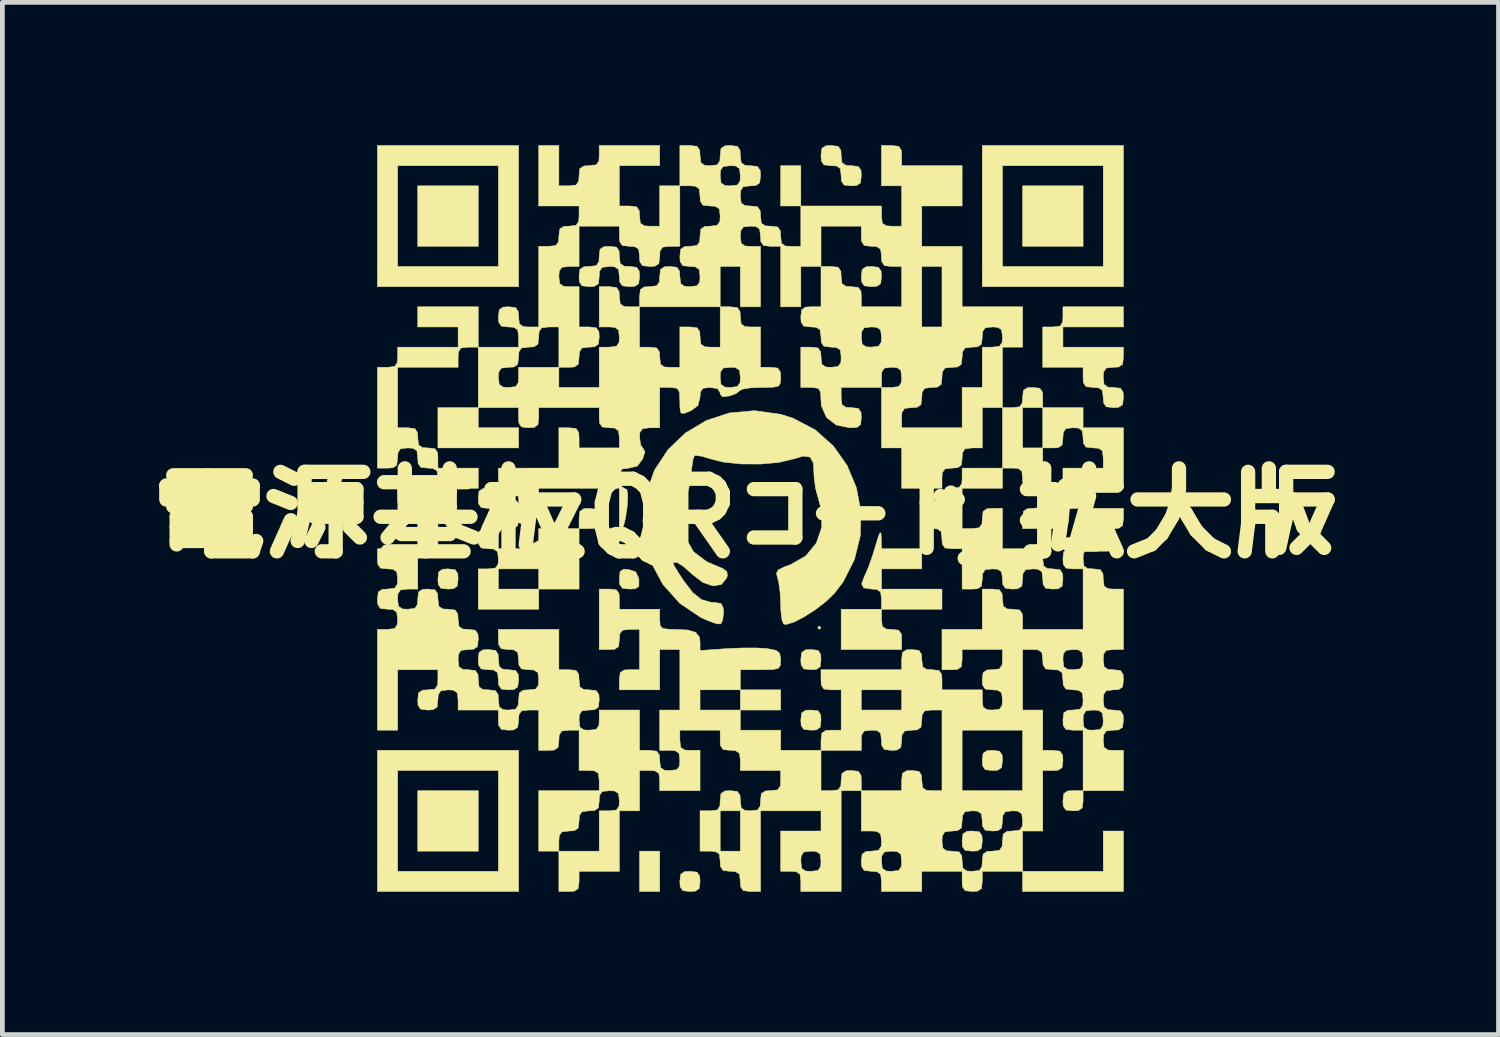
<source format=kicad_pcb>
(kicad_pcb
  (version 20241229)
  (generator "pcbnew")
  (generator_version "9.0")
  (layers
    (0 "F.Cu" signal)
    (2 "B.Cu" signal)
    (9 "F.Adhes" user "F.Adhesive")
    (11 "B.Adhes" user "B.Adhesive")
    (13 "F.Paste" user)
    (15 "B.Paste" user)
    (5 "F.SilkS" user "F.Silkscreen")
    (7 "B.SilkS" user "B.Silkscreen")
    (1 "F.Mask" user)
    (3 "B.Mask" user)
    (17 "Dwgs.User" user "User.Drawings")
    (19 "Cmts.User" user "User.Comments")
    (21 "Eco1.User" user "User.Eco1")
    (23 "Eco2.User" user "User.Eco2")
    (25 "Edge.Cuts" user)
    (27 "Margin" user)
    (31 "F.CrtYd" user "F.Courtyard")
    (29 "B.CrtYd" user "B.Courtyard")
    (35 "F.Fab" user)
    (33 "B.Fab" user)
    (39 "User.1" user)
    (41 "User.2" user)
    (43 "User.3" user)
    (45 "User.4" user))
  (footprint "電源基板QRコード_拡大版"
    (layer "F.Cu")
    (at 12.707 7.837)
    (property "Reference" "電源基板QRコード_拡大版" (at 0 0 0) (layer "F.SilkS") (effects (font (size 1.524 1.524) (thickness 0.3))))
    (attr through_hole)
    (fp_poly (pts (xy -5.715 -5.715) (xy -6.985 -5.715) (xy -6.985 -6.985) (xy -5.715 -6.985) (xy -5.715 -5.715)) (stroke (width 0.01) (type solid)) (fill yes) (layer "F.SilkS"))
    (fp_poly (pts (xy -5.715 6.985) (xy -6.985 6.985) (xy -6.985 5.715) (xy -5.715 5.715) (xy -5.715 6.985)) (stroke (width 0.01) (type solid)) (fill yes) (layer "F.SilkS"))
    (fp_poly (pts (xy -1.905 7.832) (xy -2.328 7.832) (xy -2.328 6.985) (xy -1.905 6.985) (xy -1.905 7.832)) (stroke (width 0.01) (type solid)) (fill yes) (layer "F.SilkS"))
    (fp_poly (pts (xy 0.635 4.022) (xy -0.212 4.022) (xy -0.212 3.598) (xy 0.635 3.598) (xy 0.635 4.022)) (stroke (width 0.01) (type solid)) (fill yes) (layer "F.SilkS"))
    (fp_poly (pts (xy 1.058 -6.562) (xy 0.635 -6.562) (xy 0.635 -7.408) (xy 1.058 -7.408) (xy 1.058 -6.562)) (stroke (width 0.01) (type solid)) (fill yes) (layer "F.SilkS"))
    (fp_poly (pts (xy 1.482 2.293) (xy 1.446 2.328) (xy 1.411 2.293) (xy 1.446 2.258) (xy 1.482 2.293)) (stroke (width 0.01) (type solid)) (fill yes) (layer "F.SilkS"))
    (fp_poly (pts (xy 6.985 -5.715) (xy 5.715 -5.715) (xy 5.715 -6.985) (xy 6.985 -6.985) (xy 6.985 -5.715)) (stroke (width 0.01) (type solid)) (fill yes) (layer "F.SilkS"))
    (fp_poly (pts (xy -5.715 -1.905) (xy -4.868 -1.905) (xy -4.868 -1.482) (xy -6.562 -1.482) (xy -6.562 -2.328) (xy -5.715 -2.328) (xy -5.715 -1.905)) (stroke (width 0.01) (type solid)) (fill yes) (layer "F.SilkS"))
    (fp_poly (pts (xy 7.832 7.832) (xy 5.715 7.832) (xy 5.715 7.408) (xy 7.408 7.408) (xy 7.408 6.562) (xy 7.832 6.562) (xy 7.832 7.832)) (stroke (width 0.01) (type solid)) (fill yes) (layer "F.SilkS"))
    (fp_poly (pts (xy -6.562 0.635) (xy -6.985 0.635) (xy -6.985 -0.212) (xy -7.197 -0.212) (xy -7.347 -0.229) (xy -7.402 -0.312) (xy -7.408 -0.423) (xy -7.408 -0.635) (xy -6.562 -0.635) (xy -6.562 0.635)) (stroke (width 0.01) (type solid)) (fill yes) (layer "F.SilkS"))
    (fp_poly (pts (xy -4.868 -4.868) (xy -7.832 -4.868) (xy -7.832 -7.408) (xy -7.408 -7.408) (xy -7.408 -5.292) (xy -5.292 -5.292) (xy -5.292 -7.408) (xy -7.408 -7.408) (xy -7.832 -7.408) (xy -7.832 -7.832) (xy -4.868 -7.832) (xy -4.868 -4.868)) (stroke (width 0.01) (type solid)) (fill yes) (layer "F.SilkS"))
    (fp_poly (pts (xy -4.868 7.832) (xy -7.832 7.832) (xy -7.832 5.292) (xy -7.408 5.292) (xy -7.408 7.408) (xy -5.292 7.408) (xy -5.292 5.292) (xy -7.408 5.292) (xy -7.832 5.292) (xy -7.832 4.868) (xy -4.868 4.868) (xy -4.868 7.832)) (stroke (width 0.01) (type solid)) (fill yes) (layer "F.SilkS"))
    (fp_poly (pts (xy -3.237 -0.194) (xy -3.181 -0.112) (xy -3.175 0) (xy -3.192 0.15) (xy -3.275 0.205) (xy -3.387 0.212) (xy -3.598 0.212) (xy -3.598 0) (xy -3.581 -0.15) (xy -3.498 -0.205) (xy -3.387 -0.212) (xy -3.237 -0.194)) (stroke (width 0.01) (type solid)) (fill yes) (layer "F.SilkS"))
    (fp_poly (pts (xy 2.752 2.117) (xy 2.769 2.267) (xy 2.852 2.322) (xy 2.963 2.328) (xy 3.113 2.346) (xy 3.169 2.428) (xy 3.175 2.54) (xy 3.175 2.752) (xy 1.905 2.752) (xy 1.905 1.905) (xy 2.752 1.905) (xy 2.752 2.117)) (stroke (width 0.01) (type solid)) (fill yes) (layer "F.SilkS"))
    (fp_poly (pts (xy 6.985 5.927) (xy 6.968 6.077) (xy 6.885 6.132) (xy 6.773 6.138) (xy 6.623 6.121) (xy 6.568 6.038) (xy 6.562 5.927) (xy 6.579 5.777) (xy 6.662 5.721) (xy 6.773 5.715) (xy 6.985 5.715) (xy 6.985 5.927)) (stroke (width 0.01) (type solid)) (fill yes) (layer "F.SilkS"))
    (fp_poly (pts (xy 7.832 -4.868) (xy 4.868 -4.868) (xy 4.868 -7.408) (xy 5.292 -7.408) (xy 5.292 -5.292) (xy 7.408 -5.292) (xy 7.408 -7.408) (xy 5.292 -7.408) (xy 4.868 -7.408) (xy 4.868 -7.832) (xy 7.832 -7.832) (xy 7.832 -4.868)) (stroke (width 0.01) (type solid)) (fill yes) (layer "F.SilkS"))
    (fp_poly (pts (xy -6.2 1.076) (xy -6.145 1.158) (xy -6.138 1.27) (xy -6.156 1.42) (xy -6.238 1.475) (xy -6.35 1.482) (xy -6.5 1.464) (xy -6.555 1.382) (xy -6.562 1.27) (xy -6.544 1.12) (xy -6.462 1.065) (xy -6.35 1.058) (xy -6.2 1.076)) (stroke (width 0.01) (type solid)) (fill yes) (layer "F.SilkS"))
    (fp_poly (pts (xy -2.558 1.071) (xy -2.407 1.122) (xy -2.346 1.255) (xy -2.341 1.288) (xy -2.342 1.423) (xy -2.414 1.475) (xy -2.535 1.482) (xy -2.687 1.465) (xy -2.744 1.386) (xy -2.752 1.265) (xy -2.737 1.116) (xy -2.667 1.066) (xy -2.558 1.071)) (stroke (width 0.01) (type solid)) (fill yes) (layer "F.SilkS"))
    (fp_poly (pts (xy -1.12 7.426) (xy -1.065 7.508) (xy -1.058 7.62) (xy -1.076 7.77) (xy -1.158 7.825) (xy -1.27 7.832) (xy -1.42 7.814) (xy -1.475 7.732) (xy -1.482 7.62) (xy -1.464 7.47) (xy -1.382 7.415) (xy -1.27 7.408) (xy -1.12 7.426)) (stroke (width 0.01) (type solid)) (fill yes) (layer "F.SilkS"))
    (fp_poly (pts (xy 1.42 2.769) (xy 1.475 2.852) (xy 1.482 2.963) (xy 1.464 3.113) (xy 1.382 3.169) (xy 1.27 3.175) (xy 1.12 3.158) (xy 1.065 3.075) (xy 1.058 2.963) (xy 1.076 2.813) (xy 1.158 2.758) (xy 1.27 2.752) (xy 1.42 2.769)) (stroke (width 0.01) (type solid)) (fill yes) (layer "F.SilkS"))
    (fp_poly (pts (xy 1.42 4.039) (xy 1.475 4.122) (xy 1.482 4.233) (xy 1.464 4.383) (xy 1.382 4.439) (xy 1.27 4.445) (xy 1.12 4.428) (xy 1.065 4.345) (xy 1.058 4.233) (xy 1.076 4.083) (xy 1.158 4.028) (xy 1.27 4.022) (xy 1.42 4.039)) (stroke (width 0.01) (type solid)) (fill yes) (layer "F.SilkS"))
    (fp_poly (pts (xy 2.69 -5.274) (xy 2.745 -5.192) (xy 2.752 -5.08) (xy 2.734 -4.93) (xy 2.652 -4.875) (xy 2.54 -4.868) (xy 2.39 -4.886) (xy 2.335 -4.968) (xy 2.328 -5.08) (xy 2.346 -5.23) (xy 2.428 -5.285) (xy 2.54 -5.292) (xy 2.69 -5.274)) (stroke (width 0.01) (type solid)) (fill yes) (layer "F.SilkS"))
    (fp_poly (pts (xy 4.807 6.579) (xy 4.862 6.662) (xy 4.868 6.773) (xy 4.851 6.923) (xy 4.768 6.979) (xy 4.657 6.985) (xy 4.507 6.968) (xy 4.451 6.885) (xy 4.445 6.773) (xy 4.462 6.623) (xy 4.545 6.568) (xy 4.657 6.562) (xy 4.807 6.579)) (stroke (width 0.01) (type solid)) (fill yes) (layer "F.SilkS"))
    (fp_poly (pts (xy 5.23 4.886) (xy 5.285 4.968) (xy 5.292 5.08) (xy 5.274 5.23) (xy 5.192 5.285) (xy 5.08 5.292) (xy 4.93 5.274) (xy 4.875 5.192) (xy 4.868 5.08) (xy 4.886 4.93) (xy 4.968 4.875) (xy 5.08 4.868) (xy 5.23 4.886)) (stroke (width 0.01) (type solid)) (fill yes) (layer "F.SilkS"))
    (fp_poly (pts (xy 2.742 0.319) (xy 2.747 0.406) (xy 2.752 0.635) (xy 3.598 0.635) (xy 3.598 1.058) (xy 2.752 1.058) (xy 2.752 1.482) (xy 4.022 1.482) (xy 4.022 1.905) (xy 2.752 1.905) (xy 2.752 1.693) (xy 2.734 1.543) (xy 2.652 1.488) (xy 2.54 1.482) (xy 2.381 1.458) (xy 2.335 1.374) (xy 2.395 1.21) (xy 2.412 1.177) (xy 2.477 1.027) (xy 2.558 0.797) (xy 2.619 0.6) (xy 2.685 0.384) (xy 2.723 0.294) (xy 2.742 0.319)) (stroke (width 0.01) (type solid)) (fill yes) (layer "F.SilkS"))
    (fp_poly (pts (xy -5.353 2.769) (xy -5.298 2.852) (xy -5.292 2.963) (xy -5.274 3.113) (xy -5.192 3.169) (xy -5.08 3.175) (xy -4.93 3.192) (xy -4.875 3.275) (xy -4.868 3.387) (xy -4.886 3.537) (xy -4.968 3.592) (xy -5.08 3.598) (xy -5.23 3.581) (xy -5.285 3.498) (xy -5.292 3.387) (xy -5.309 3.237) (xy -5.392 3.181) (xy -5.503 3.175) (xy -5.653 3.158) (xy -5.709 3.075) (xy -5.715 2.963) (xy -5.698 2.813) (xy -5.615 2.758) (xy -5.503 2.752) (xy -5.353 2.769)) (stroke (width 0.01) (type solid)) (fill yes) (layer "F.SilkS"))
    (fp_poly (pts (xy 1.843 -7.814) (xy 1.899 -7.732) (xy 1.905 -7.62) (xy 1.922 -7.47) (xy 2.005 -7.415) (xy 2.117 -7.408) (xy 2.267 -7.391) (xy 2.322 -7.308) (xy 2.328 -7.197) (xy 2.311 -7.047) (xy 2.228 -6.991) (xy 2.117 -6.985) (xy 1.967 -7.002) (xy 1.911 -7.085) (xy 1.905 -7.197) (xy 1.888 -7.347) (xy 1.805 -7.402) (xy 1.693 -7.408) (xy 1.543 -7.426) (xy 1.488 -7.508) (xy 1.482 -7.62) (xy 1.499 -7.77) (xy 1.582 -7.825) (xy 1.693 -7.832) (xy 1.843 -7.814)) (stroke (width 0.01) (type solid)) (fill yes) (layer "F.SilkS"))
    (fp_poly (pts (xy -2.813 -5.698) (xy -2.758 -5.615) (xy -2.752 -5.503) (xy -2.734 -5.353) (xy -2.652 -5.298) (xy -2.54 -5.292) (xy -2.39 -5.274) (xy -2.335 -5.192) (xy -2.328 -5.08) (xy -2.346 -4.93) (xy -2.428 -4.875) (xy -2.54 -4.868) (xy -2.69 -4.886) (xy -2.745 -4.968) (xy -2.752 -5.08) (xy -2.769 -5.23) (xy -2.852 -5.285) (xy -2.963 -5.292) (xy -3.113 -5.274) (xy -3.169 -5.192) (xy -3.175 -5.08) (xy -3.192 -4.93) (xy -3.275 -4.875) (xy -3.387 -4.868) (xy -3.537 -4.886) (xy -3.592 -4.968) (xy -3.598 -5.08) (xy -3.581 -5.23) (xy -3.498 -5.285) (xy -3.387 -5.292) (xy -3.237 -5.309) (xy -3.181 -5.392) (xy -3.175 -5.503) (xy -3.158 -5.653) (xy -3.075 -5.709) (xy -2.963 -5.715) (xy -2.813 -5.698)) (stroke (width 0.01) (type solid)) (fill yes) (layer "F.SilkS"))
    (fp_poly (pts (xy 7.832 -4.022) (xy 6.562 -4.022) (xy 6.562 -3.598) (xy 7.832 -3.598) (xy 7.832 -3.387) (xy 7.814 -3.237) (xy 7.732 -3.181) (xy 7.62 -3.175) (xy 7.47 -3.158) (xy 7.415 -3.075) (xy 7.408 -2.963) (xy 7.426 -2.813) (xy 7.508 -2.758) (xy 7.62 -2.752) (xy 7.77 -2.734) (xy 7.825 -2.652) (xy 7.832 -2.54) (xy 7.814 -2.39) (xy 7.732 -2.335) (xy 7.62 -2.328) (xy 7.47 -2.346) (xy 7.415 -2.428) (xy 7.408 -2.54) (xy 7.391 -2.69) (xy 7.308 -2.745) (xy 7.197 -2.752) (xy 7.047 -2.769) (xy 6.991 -2.852) (xy 6.985 -2.963) (xy 6.985 -3.175) (xy 6.138 -3.175) (xy 6.138 -4.022) (xy 6.35 -4.022) (xy 6.5 -4.039) (xy 6.555 -4.122) (xy 6.562 -4.233) (xy 6.562 -4.445) (xy 7.832 -4.445) (xy 7.832 -4.022)) (stroke (width 0.01) (type solid)) (fill yes) (layer "F.SilkS"))
    (fp_poly (pts (xy -5.715 -3.598) (xy -5.927 -3.598) (xy -6.077 -3.581) (xy -6.132 -3.498) (xy -6.138 -3.387) (xy -6.138 -3.175) (xy -7.408 -3.175) (xy -7.408 -1.905) (xy -7.197 -1.905) (xy -7.047 -1.888) (xy -6.991 -1.805) (xy -6.985 -1.693) (xy -6.968 -1.543) (xy -6.885 -1.488) (xy -6.773 -1.482) (xy -6.623 -1.464) (xy -6.568 -1.382) (xy -6.562 -1.27) (xy -6.562 -1.058) (xy -5.715 -1.058) (xy -5.715 -0.635) (xy -6.562 -0.635) (xy -6.562 -0.847) (xy -6.579 -0.997) (xy -6.662 -1.052) (xy -6.773 -1.058) (xy -6.923 -1.076) (xy -6.979 -1.158) (xy -6.985 -1.27) (xy -7.002 -1.42) (xy -7.085 -1.475) (xy -7.197 -1.482) (xy -7.347 -1.464) (xy -7.402 -1.382) (xy -7.408 -1.27) (xy -7.426 -1.12) (xy -7.508 -1.065) (xy -7.62 -1.058) (xy -7.832 -1.058) (xy -7.832 -3.175) (xy -7.62 -3.175) (xy -7.47 -3.192) (xy -7.415 -3.275) (xy -7.408 -3.387) (xy -7.408 -3.598) (xy -6.138 -3.598) (xy -6.138 -4.022) (xy -6.985 -4.022) (xy -6.985 -4.445) (xy -5.715 -4.445) (xy -5.715 -3.598)) (stroke (width 0.01) (type solid)) (fill yes) (layer "F.SilkS"))
    (fp_poly (pts (xy -5.353 -0.618) (xy -5.298 -0.535) (xy -5.292 -0.423) (xy -5.274 -0.273) (xy -5.192 -0.218) (xy -5.08 -0.212) (xy -4.93 -0.194) (xy -4.875 -0.112) (xy -4.868 0) (xy -4.886 0.15) (xy -4.968 0.205) (xy -5.08 0.212) (xy -5.23 0.229) (xy -5.285 0.312) (xy -5.292 0.423) (xy -5.292 0.635) (xy -4.445 0.635) (xy -4.445 0.212) (xy -3.598 0.212) (xy -3.598 1.482) (xy -4.445 1.482) (xy -4.445 1.905) (xy -5.715 1.905) (xy -5.715 1.058) (xy -5.503 1.058) (xy -5.292 1.058) (xy -5.292 1.482) (xy -4.445 1.482) (xy -4.445 1.058) (xy -5.292 1.058) (xy -5.503 1.058) (xy -5.353 1.041) (xy -5.298 0.958) (xy -5.292 0.847) (xy -5.309 0.697) (xy -5.392 0.641) (xy -5.503 0.635) (xy -5.653 0.618) (xy -5.709 0.535) (xy -5.715 0.423) (xy -5.698 0.273) (xy -5.615 0.218) (xy -5.503 0.212) (xy -5.353 0.194) (xy -5.298 0.112) (xy -5.292 0) (xy -5.309 -0.15) (xy -5.392 -0.205) (xy -5.503 -0.212) (xy -5.653 -0.229) (xy -5.709 -0.312) (xy -5.715 -0.423) (xy -5.698 -0.573) (xy -5.615 -0.629) (xy -5.503 -0.635) (xy -5.353 -0.618)) (stroke (width 0.01) (type solid)) (fill yes) (layer "F.SilkS"))
    (fp_poly (pts (xy 6.985 -2.328) (xy 6.985 -1.905) (xy 7.832 -1.905) (xy 7.832 -0.635) (xy 6.985 -0.635) (xy 6.985 -0.212) (xy 6.773 -0.212) (xy 6.623 -0.194) (xy 6.568 -0.112) (xy 6.562 0) (xy 6.562 0.212) (xy 5.715 0.212) (xy 5.715 0) (xy 5.732 -0.15) (xy 5.815 -0.205) (xy 5.927 -0.212) (xy 6.077 -0.229) (xy 6.132 -0.312) (xy 6.138 -0.423) (xy 6.156 -0.573) (xy 6.238 -0.629) (xy 6.35 -0.635) (xy 6.5 -0.652) (xy 6.555 -0.735) (xy 6.562 -0.847) (xy 6.562 -1.058) (xy 7.408 -1.058) (xy 7.408 -1.27) (xy 7.391 -1.42) (xy 7.308 -1.475) (xy 7.197 -1.482) (xy 7.047 -1.499) (xy 6.991 -1.582) (xy 6.985 -1.693) (xy 6.968 -1.843) (xy 6.885 -1.899) (xy 6.773 -1.905) (xy 6.623 -1.888) (xy 6.568 -1.805) (xy 6.562 -1.693) (xy 6.544 -1.543) (xy 6.462 -1.488) (xy 6.35 -1.482) (xy 6.138 -1.482) (xy 6.138 -0.635) (xy 5.927 -0.635) (xy 5.777 -0.652) (xy 5.721 -0.735) (xy 5.715 -0.847) (xy 5.698 -0.997) (xy 5.615 -1.052) (xy 5.503 -1.058) (xy 5.292 -1.058) (xy 5.292 -2.328) (xy 5.503 -2.328) (xy 5.715 -2.328) (xy 5.715 -1.482) (xy 6.138 -1.482) (xy 6.138 -2.328) (xy 5.715 -2.328) (xy 5.503 -2.328) (xy 5.653 -2.346) (xy 5.709 -2.428) (xy 5.715 -2.54) (xy 5.732 -2.69) (xy 5.815 -2.745) (xy 5.927 -2.752) (xy 6.077 -2.734) (xy 6.132 -2.652) (xy 6.138 -2.54) (xy 6.138 -2.328) (xy 6.985 -2.328)) (stroke (width 0.01) (type solid)) (fill yes) (layer "F.SilkS"))
    (fp_poly (pts (xy 5.292 -0.635) (xy 4.445 -0.635) (xy 4.445 0.212) (xy 4.657 0.212) (xy 4.807 0.194) (xy 4.862 0.112) (xy 4.868 0) (xy 4.886 -0.15) (xy 4.968 -0.205) (xy 5.08 -0.212) (xy 5.292 -0.212) (xy 5.292 0.635) (xy 6.138 0.635) (xy 6.138 0.847) (xy 6.156 0.997) (xy 6.238 1.052) (xy 6.35 1.058) (xy 6.5 1.076) (xy 6.555 1.158) (xy 6.562 1.27) (xy 6.544 1.42) (xy 6.462 1.475) (xy 6.35 1.482) (xy 6.2 1.464) (xy 6.145 1.382) (xy 6.138 1.27) (xy 6.121 1.12) (xy 6.038 1.065) (xy 5.927 1.058) (xy 5.777 1.076) (xy 5.721 1.158) (xy 5.715 1.27) (xy 5.698 1.42) (xy 5.615 1.475) (xy 5.503 1.482) (xy 5.353 1.464) (xy 5.298 1.382) (xy 5.292 1.27) (xy 5.274 1.12) (xy 5.192 1.065) (xy 5.08 1.058) (xy 4.93 1.076) (xy 4.875 1.158) (xy 4.868 1.27) (xy 4.851 1.42) (xy 4.768 1.475) (xy 4.657 1.482) (xy 4.445 1.482) (xy 4.445 0.635) (xy 4.233 0.635) (xy 4.083 0.618) (xy 4.028 0.535) (xy 4.022 0.423) (xy 4.004 0.273) (xy 3.922 0.218) (xy 3.81 0.212) (xy 3.66 0.194) (xy 3.605 0.112) (xy 3.598 0) (xy 3.616 -0.15) (xy 3.698 -0.205) (xy 3.81 -0.212) (xy 3.96 -0.229) (xy 4.015 -0.312) (xy 4.022 -0.423) (xy 4.039 -0.573) (xy 4.122 -0.629) (xy 4.233 -0.635) (xy 4.383 -0.652) (xy 4.439 -0.735) (xy 4.445 -0.847) (xy 4.445 -1.058) (xy 5.292 -1.058) (xy 5.292 -0.635)) (stroke (width 0.01) (type solid)) (fill yes) (layer "F.SilkS"))
    (fp_poly (pts (xy 0.632 -2.189) (xy 0.895 -2.106) (xy 1.361 -1.861) (xy 1.742 -1.522) (xy 2.032 -1.11) (xy 2.226 -0.644) (xy 2.319 -0.146) (xy 2.307 0.363) (xy 2.184 0.863) (xy 1.946 1.333) (xy 1.761 1.574) (xy 1.58 1.748) (xy 1.355 1.92) (xy 1.12 2.07) (xy 0.907 2.178) (xy 0.748 2.225) (xy 0.696 2.216) (xy 0.662 2.13) (xy 0.64 1.95) (xy 0.635 1.8) (xy 0.623 1.549) (xy 0.593 1.334) (xy 0.572 1.253) (xy 0.546 1.151) (xy 0.585 1.08) (xy 0.716 1.014) (xy 0.846 0.967) (xy 1.162 0.786) (xy 1.382 0.519) (xy 1.496 0.189) (xy 1.492 -0.177) (xy 1.434 -0.388) (xy 1.367 -0.634) (xy 1.335 -0.879) (xy 1.335 -0.917) (xy 1.321 -1.165) (xy 1.253 -1.29) (xy 1.111 -1.31) (xy 0.906 -1.251) (xy 0.599 -1.178) (xy 0.213 -1.143) (xy -0.197 -1.145) (xy -0.575 -1.185) (xy -0.831 -1.25) (xy -1.02 -1.307) (xy -1.151 -1.324) (xy -1.178 -1.315) (xy -1.21 -1.222) (xy -1.235 -1.042) (xy -1.242 -0.958) (xy -1.272 -0.725) (xy -1.326 -0.527) (xy -1.344 -0.487) (xy -1.393 -0.322) (xy -1.42 -0.089) (xy -1.421 0.02) (xy -1.361 0.404) (xy -1.196 0.697) (xy -0.92 0.906) (xy -0.782 0.967) (xy -0.584 1.048) (xy -0.494 1.115) (xy -0.484 1.197) (xy -0.501 1.252) (xy -0.612 1.387) (xy -0.786 1.416) (xy -1 1.342) (xy -1.226 1.168) (xy -1.23 1.164) (xy -1.41 1.004) (xy -1.546 0.92) (xy -1.617 0.925) (xy -1.623 0.949) (xy -1.587 1.02) (xy -1.493 1.17) (xy -1.406 1.302) (xy -1.21 1.557) (xy -1.029 1.702) (xy -0.83 1.76) (xy -0.745 1.764) (xy -0.615 1.786) (xy -0.569 1.883) (xy -0.564 1.971) (xy -0.583 2.132) (xy -0.625 2.216) (xy -0.716 2.208) (xy -0.889 2.146) (xy -1.048 2.074) (xy -1.484 1.78) (xy -1.836 1.387) (xy -2.089 0.917) (xy -2.231 0.391) (xy -2.258 0.035) (xy -2.194 -0.519) (xy -2.013 -1.017) (xy -1.73 -1.446) (xy -1.363 -1.797) (xy -0.927 -2.057) (xy -0.439 -2.217) (xy 0.086 -2.264) (xy 0.632 -2.189)) (stroke (width 0.01) (type solid)) (fill yes) (layer "F.SilkS"))
    (fp_poly (pts (xy -0.423 -4.445) (xy -0.273 -4.428) (xy -0.218 -4.345) (xy -0.212 -4.233) (xy -0.194 -4.083) (xy -0.112 -4.028) (xy 0 -4.022) (xy 0.212 -4.022) (xy 0.212 -3.175) (xy 0.423 -3.175) (xy 0.573 -3.158) (xy 0.629 -3.075) (xy 0.635 -2.963) (xy 0.629 -2.846) (xy 0.59 -2.782) (xy 0.483 -2.757) (xy 0.276 -2.752) (xy 0.218 -2.752) (xy -0.009 -2.742) (xy -0.17 -2.715) (xy -0.223 -2.686) (xy -0.302 -2.623) (xy -0.441 -2.573) (xy -0.584 -2.555) (xy -0.633 -2.611) (xy -0.635 -2.638) (xy -0.688 -2.726) (xy -0.847 -2.752) (xy -0.997 -2.734) (xy -1.052 -2.652) (xy -1.058 -2.551) (xy -1.103 -2.371) (xy -1.238 -2.269) (xy -1.389 -2.206) (xy -1.46 -2.216) (xy -1.48 -2.325) (xy -1.482 -2.469) (xy -1.49 -2.65) (xy -1.535 -2.731) (xy -1.648 -2.751) (xy -1.693 -2.752) (xy -1.905 -2.752) (xy -1.905 -1.905) (xy -2.117 -1.905) (xy -2.267 -1.887) (xy -2.322 -1.805) (xy -2.328 -1.699) (xy -2.305 -1.544) (xy -2.252 -1.468) (xy -2.215 -1.399) (xy -2.263 -1.25) (xy -2.375 -1.101) (xy -2.549 -1.058) (xy -2.551 -1.058) (xy -2.694 -1.039) (xy -2.746 -0.953) (xy -2.752 -0.847) (xy -2.721 -0.681) (xy -2.651 -0.635) (xy -2.595 -0.607) (xy -2.575 -0.503) (xy -2.585 -0.295) (xy -2.591 -0.229) (xy -2.623 -0.007) (xy -2.662 0.15) (xy -2.692 0.2) (xy -2.735 0.279) (xy -2.752 0.429) (xy -2.77 0.575) (xy -2.854 0.629) (xy -2.963 0.635) (xy -3.113 0.618) (xy -3.169 0.535) (xy -3.175 0.423) (xy -3.158 0.273) (xy -3.075 0.218) (xy -2.963 0.212) (xy -2.752 0.212) (xy -2.752 -0.635) (xy -4.445 -0.635) (xy -4.445 -0.423) (xy -4.462 -0.273) (xy -4.545 -0.218) (xy -4.657 -0.212) (xy -4.807 -0.229) (xy -4.862 -0.312) (xy -4.868 -0.423) (xy -4.886 -0.573) (xy -4.968 -0.629) (xy -5.08 -0.635) (xy -5.23 -0.652) (xy -5.285 -0.735) (xy -5.292 -0.847) (xy -5.292 -1.058) (xy -4.022 -1.058) (xy -4.022 -1.905) (xy -3.81 -1.905) (xy -3.66 -1.888) (xy -3.605 -1.805) (xy -3.598 -1.693) (xy -3.598 -1.482) (xy -2.752 -1.482) (xy -2.752 -1.693) (xy -2.769 -1.843) (xy -2.852 -1.899) (xy -2.963 -1.905) (xy -3.113 -1.922) (xy -3.169 -2.005) (xy -3.175 -2.117) (xy -3.175 -2.328) (xy -4.445 -2.328) (xy -4.445 -2.117) (xy -4.462 -1.967) (xy -4.545 -1.911) (xy -4.657 -1.905) (xy -4.807 -1.922) (xy -4.862 -2.005) (xy -4.868 -2.117) (xy -4.868 -2.328) (xy -5.715 -2.328) (xy -5.715 -2.963) (xy -5.292 -2.963) (xy -5.274 -2.813) (xy -5.192 -2.758) (xy -5.08 -2.752) (xy -4.93 -2.769) (xy -4.875 -2.852) (xy -4.868 -2.963) (xy -4.868 -3.175) (xy -4.022 -3.175) (xy -4.022 -4.022) (xy -4.233 -4.022) (xy -4.383 -4.004) (xy -4.439 -3.922) (xy -4.445 -3.81) (xy -4.462 -3.66) (xy -4.545 -3.605) (xy -4.657 -3.598) (xy -4.807 -3.581) (xy -4.862 -3.498) (xy -4.868 -3.387) (xy -4.886 -3.237) (xy -4.968 -3.181) (xy -5.08 -3.175) (xy -5.23 -3.158) (xy -5.285 -3.075) (xy -5.292 -2.963) (xy -5.715 -2.963) (xy -5.715 -3.598) (xy -4.868 -3.598) (xy -4.868 -3.81) (xy -4.886 -3.96) (xy -4.968 -4.015) (xy -5.08 -4.022) (xy -5.23 -4.039) (xy -5.285 -4.122) (xy -5.292 -4.233) (xy -5.274 -4.383) (xy -5.192 -4.439) (xy -5.08 -4.445) (xy -4.93 -4.428) (xy -4.875 -4.345) (xy -4.868 -4.233) (xy -4.851 -4.083) (xy -4.768 -4.028) (xy -4.657 -4.022) (xy -4.445 -4.022) (xy -4.445 -5.08) (xy -4.022 -5.08) (xy -4.004 -4.93) (xy -3.922 -4.875) (xy -3.81 -4.868) (xy -3.598 -4.868) (xy -3.598 -4.022) (xy -3.387 -4.022) (xy -3.237 -4.004) (xy -3.181 -3.922) (xy -3.175 -3.81) (xy -3.192 -3.66) (xy -3.275 -3.605) (xy -3.387 -3.598) (xy -3.537 -3.581) (xy -3.592 -3.498) (xy -3.598 -3.387) (xy -3.616 -3.237) (xy -3.698 -3.181) (xy -3.81 -3.175) (xy -4.022 -3.175) (xy -4.022 -2.752) (xy -3.175 -2.752) (xy -3.175 -2.963) (xy -0.635 -2.963) (xy -0.618 -2.813) (xy -0.535 -2.758) (xy -0.423 -2.752) (xy -0.273 -2.769) (xy -0.218 -2.852) (xy -0.212 -2.963) (xy -0.229 -3.113) (xy -0.312 -3.169) (xy -0.423 -3.175) (xy -0.573 -3.158) (xy -0.629 -3.075) (xy -0.635 -2.963) (xy -3.175 -2.963) (xy -3.175 -3.598) (xy -2.963 -3.598) (xy -2.813 -3.616) (xy -2.758 -3.698) (xy -2.752 -3.81) (xy -2.769 -3.96) (xy -2.852 -4.015) (xy -2.963 -4.022) (xy -3.175 -4.022) (xy -3.175 -4.868) (xy -2.963 -4.868) (xy -2.813 -4.851) (xy -2.758 -4.768) (xy -2.752 -4.657) (xy -2.734 -4.507) (xy -2.652 -4.451) (xy -2.54 -4.445) (xy -2.328 -4.445) (xy -2.328 -3.598) (xy -2.117 -3.598) (xy -1.967 -3.581) (xy -1.911 -3.498) (xy -1.905 -3.387) (xy -1.888 -3.237) (xy -1.805 -3.181) (xy -1.693 -3.175) (xy -1.482 -3.175) (xy -1.482 -4.022) (xy -1.27 -4.022) (xy -1.12 -4.004) (xy -1.065 -3.922) (xy -1.058 -3.81) (xy -1.041 -3.66) (xy -0.958 -3.605) (xy -0.847 -3.598) (xy -0.635 -3.598) (xy -0.635 -4.445) (xy -2.328 -4.445) (xy -2.328 -4.657) (xy -2.311 -4.807) (xy -2.228 -4.862) (xy -2.117 -4.868) (xy -1.967 -4.886) (xy -1.911 -4.968) (xy -1.905 -5.08) (xy -1.888 -5.23) (xy -1.805 -5.285) (xy -1.693 -5.292) (xy -1.543 -5.274) (xy -1.488 -5.192) (xy -1.482 -5.08) (xy -1.464 -4.93) (xy -1.382 -4.875) (xy -1.27 -4.868) (xy -1.12 -4.886) (xy -1.065 -4.968) (xy -1.058 -5.08) (xy -1.076 -5.23) (xy -1.158 -5.285) (xy -1.27 -5.292) (xy -1.42 -5.309) (xy -1.475 -5.392) (xy -1.482 -5.503) (xy -1.464 -5.653) (xy -1.382 -5.709) (xy -1.27 -5.715) (xy -1.12 -5.732) (xy -1.065 -5.815) (xy -1.058 -5.927) (xy -1.041 -6.077) (xy -0.958 -6.132) (xy -0.847 -6.138) (xy -0.697 -6.156) (xy -0.641 -6.238) (xy -0.635 -6.35) (xy -0.652 -6.5) (xy -0.735 -6.555) (xy -0.847 -6.562) (xy -0.997 -6.579) (xy -1.052 -6.662) (xy -1.058 -6.773) (xy -1.076 -6.923) (xy -1.158 -6.979) (xy -1.27 -6.985) (xy -1.482 -6.985) (xy -1.482 -5.715) (xy -1.693 -5.715) (xy -1.843 -5.698) (xy -1.899 -5.615) (xy -1.905 -5.503) (xy -1.922 -5.353) (xy -2.005 -5.298) (xy -2.117 -5.292) (xy -2.267 -5.309) (xy -2.322 -5.392) (xy -2.328 -5.503) (xy -2.346 -5.653) (xy -2.428 -5.709) (xy -2.54 -5.715) (xy -2.69 -5.732) (xy -2.745 -5.815) (xy -2.752 -5.927) (xy -2.752 -6.138) (xy -3.598 -6.138) (xy -3.598 -5.292) (xy -3.81 -5.292) (xy -3.96 -5.274) (xy -4.015 -5.192) (xy -4.022 -5.08) (xy -4.445 -5.08) (xy -4.445 -5.715) (xy -4.233 -5.715) (xy -4.083 -5.732) (xy -4.028 -5.815) (xy -4.022 -5.927) (xy -4.004 -6.077) (xy -3.922 -6.132) (xy -3.81 -6.138) (xy -3.66 -6.156) (xy -3.605 -6.238) (xy -3.598 -6.35) (xy -3.598 -6.562) (xy -4.445 -6.562) (xy -4.445 -7.832) (xy -4.022 -7.832) (xy -4.022 -6.985) (xy -3.81 -6.985) (xy -3.66 -7.002) (xy -3.605 -7.085) (xy -3.598 -7.197) (xy -3.581 -7.347) (xy -3.498 -7.402) (xy -3.387 -7.408) (xy -3.237 -7.426) (xy -3.181 -7.508) (xy -3.175 -7.62) (xy -3.175 -7.832) (xy -1.905 -7.832) (xy -1.905 -7.408) (xy -2.752 -7.408) (xy -2.752 -6.562) (xy -2.54 -6.562) (xy -2.39 -6.544) (xy -2.335 -6.462) (xy -2.328 -6.35) (xy -2.311 -6.2) (xy -2.228 -6.145) (xy -2.117 -6.138) (xy -1.905 -6.138) (xy -1.905 -6.985) (xy -1.482 -6.985) (xy -1.482 -7.197) (xy -0.635 -7.197) (xy -0.618 -7.047) (xy -0.535 -6.991) (xy -0.423 -6.985) (xy -0.273 -7.002) (xy -0.218 -7.085) (xy -0.212 -7.197) (xy -0.229 -7.347) (xy -0.312 -7.402) (xy -0.423 -7.408) (xy -0.573 -7.391) (xy -0.629 -7.308) (xy -0.635 -7.197) (xy -1.482 -7.197) (xy -1.482 -7.832) (xy -1.27 -7.832) (xy -1.12 -7.814) (xy -1.065 -7.732) (xy -1.058 -7.62) (xy -1.041 -7.47) (xy -0.958 -7.415) (xy -0.847 -7.408) (xy -0.697 -7.426) (xy -0.641 -7.508) (xy -0.635 -7.62) (xy -0.618 -7.77) (xy -0.535 -7.825) (xy -0.423 -7.832) (xy -0.273 -7.814) (xy -0.218 -7.732) (xy -0.212 -7.62) (xy -0.194 -7.47) (xy -0.112 -7.415) (xy 0 -7.408) (xy 0.15 -7.391) (xy 0.205 -7.308) (xy 0.212 -7.197) (xy 0.194 -7.047) (xy 0.112 -6.991) (xy 0 -6.985) (xy -0.15 -6.968) (xy -0.205 -6.885) (xy -0.212 -6.773) (xy -0.194 -6.623) (xy -0.112 -6.568) (xy 0 -6.562) (xy 0.15 -6.544) (xy 0.205 -6.462) (xy 0.212 -6.35) (xy 0.229 -6.2) (xy 0.312 -6.145) (xy 0.423 -6.138) (xy 0.573 -6.121) (xy 0.629 -6.038) (xy 0.635 -5.927) (xy 0.652 -5.777) (xy 0.735 -5.721) (xy 0.847 -5.715) (xy 1.058 -5.715) (xy 1.058 -6.138) (xy 1.482 -6.138) (xy 1.482 -5.292) (xy 1.693 -5.292) (xy 1.843 -5.274) (xy 1.899 -5.192) (xy 1.905 -5.08) (xy 1.922 -4.93) (xy 2.005 -4.875) (xy 2.117 -4.868) (xy 2.267 -4.851) (xy 2.322 -4.768) (xy 2.328 -4.657) (xy 2.328 -4.445) (xy 3.175 -4.445) (xy 3.175 -5.292) (xy 3.598 -5.292) (xy 3.598 -4.022) (xy 4.022 -4.022) (xy 4.022 -5.292) (xy 3.598 -5.292) (xy 3.175 -5.292) (xy 2.963 -5.292) (xy 2.813 -5.309) (xy 2.758 -5.392) (xy 2.752 -5.503) (xy 2.734 -5.653) (xy 2.652 -5.709) (xy 2.54 -5.715) (xy 2.39 -5.732) (xy 2.335 -5.815) (xy 2.328 -5.927) (xy 2.328 -6.138) (xy 1.482 -6.138) (xy 1.058 -6.138) (xy 1.058 -6.562) (xy 2.752 -6.562) (xy 2.752 -6.35) (xy 2.769 -6.2) (xy 2.852 -6.145) (xy 2.963 -6.138) (xy 3.175 -6.138) (xy 3.175 -6.985) (xy 2.752 -6.985) (xy 2.752 -7.832) (xy 2.963 -7.832) (xy 3.113 -7.814) (xy 3.169 -7.732) (xy 3.175 -7.62) (xy 3.175 -7.408) (xy 4.445 -7.408) (xy 4.445 -6.562) (xy 3.598 -6.562) (xy 3.598 -5.715) (xy 4.445 -5.715) (xy 4.445 -4.445) (xy 5.715 -4.445) (xy 5.715 -3.598) (xy 5.292 -3.598) (xy 5.292 -2.328) (xy 4.868 -2.328) (xy 4.868 -1.482) (xy 4.657 -1.482) (xy 4.507 -1.464) (xy 4.451 -1.382) (xy 4.445 -1.27) (xy 4.428 -1.12) (xy 4.345 -1.065) (xy 4.233 -1.058) (xy 4.083 -1.041) (xy 4.028 -0.958) (xy 4.022 -0.847) (xy 4.022 -0.635) (xy 3.175 -0.635) (xy 3.175 -1.482) (xy 2.752 -1.482) (xy 2.752 -2.117) (xy 3.175 -2.117) (xy 3.175 -1.905) (xy 4.445 -1.905) (xy 4.445 -2.752) (xy 4.868 -2.752) (xy 4.868 -3.598) (xy 5.08 -3.598) (xy 5.23 -3.616) (xy 5.285 -3.698) (xy 5.292 -3.81) (xy 5.274 -3.96) (xy 5.192 -4.015) (xy 5.08 -4.022) (xy 4.93 -4.004) (xy 4.875 -3.922) (xy 4.868 -3.81) (xy 4.851 -3.66) (xy 4.768 -3.605) (xy 4.657 -3.598) (xy 4.507 -3.581) (xy 4.451 -3.498) (xy 4.445 -3.387) (xy 4.428 -3.237) (xy 4.345 -3.181) (xy 4.233 -3.175) (xy 4.083 -3.158) (xy 4.028 -3.075) (xy 4.022 -2.963) (xy 4.004 -2.813) (xy 3.922 -2.758) (xy 3.81 -2.752) (xy 3.66 -2.734) (xy 3.605 -2.652) (xy 3.598 -2.54) (xy 3.581 -2.39) (xy 3.498 -2.335) (xy 3.387 -2.328) (xy 3.237 -2.311) (xy 3.181 -2.228) (xy 3.175 -2.117) (xy 2.752 -2.117) (xy 2.752 -2.752) (xy 1.905 -2.752) (xy 1.905 -2.54) (xy 1.922 -2.39) (xy 2.005 -2.335) (xy 2.117 -2.328) (xy 2.267 -2.311) (xy 2.322 -2.228) (xy 2.328 -2.117) (xy 2.314 -1.973) (xy 2.241 -1.915) (xy 2.091 -1.905) (xy 1.803 -1.962) (xy 1.597 -2.121) (xy 1.491 -2.363) (xy 1.482 -2.475) (xy 1.473 -2.653) (xy 1.426 -2.732) (xy 1.309 -2.751) (xy 1.27 -2.752) (xy 1.058 -2.752) (xy 1.058 -2.963) (xy 2.752 -2.963) (xy 2.752 -2.752) (xy 2.963 -2.752) (xy 3.113 -2.769) (xy 3.169 -2.852) (xy 3.175 -2.963) (xy 3.158 -3.113) (xy 3.075 -3.169) (xy 2.963 -3.175) (xy 2.813 -3.158) (xy 2.758 -3.075) (xy 2.752 -2.963) (xy 1.058 -2.963) (xy 1.058 -3.598) (xy 1.27 -3.598) (xy 1.42 -3.581) (xy 1.475 -3.498) (xy 1.482 -3.387) (xy 1.499 -3.237) (xy 1.582 -3.181) (xy 1.693 -3.175) (xy 1.843 -3.192) (xy 1.899 -3.275) (xy 1.905 -3.387) (xy 1.888 -3.537) (xy 1.805 -3.592) (xy 1.693 -3.598) (xy 1.543 -3.616) (xy 1.488 -3.698) (xy 1.482 -3.81) (xy 2.328 -3.81) (xy 2.346 -3.66) (xy 2.428 -3.605) (xy 2.54 -3.598) (xy 2.69 -3.616) (xy 2.745 -3.698) (xy 2.752 -3.81) (xy 2.734 -3.96) (xy 2.652 -4.015) (xy 2.54 -4.022) (xy 2.39 -4.004) (xy 2.335 -3.922) (xy 2.328 -3.81) (xy 1.482 -3.81) (xy 1.464 -3.96) (xy 1.382 -4.015) (xy 1.27 -4.022) (xy 1.12 -4.039) (xy 1.065 -4.122) (xy 1.058 -4.233) (xy 1.076 -4.383) (xy 1.158 -4.439) (xy 1.27 -4.445) (xy 1.482 -4.445) (xy 1.482 -5.292) (xy 1.058 -5.292) (xy 1.058 -4.445) (xy 0.635 -4.445) (xy 0.635 -5.715) (xy 0.423 -5.715) (xy 0.273 -5.732) (xy 0.218 -5.815) (xy 0.212 -5.927) (xy 0.194 -6.077) (xy 0.112 -6.132) (xy 0 -6.138) (xy -0.15 -6.121) (xy -0.205 -6.038) (xy -0.212 -5.927) (xy -0.194 -5.777) (xy -0.112 -5.721) (xy 0 -5.715) (xy 0.212 -5.715) (xy 0.212 -4.445) (xy -0.212 -4.445) (xy -0.212 -5.292) (xy -0.635 -5.292) (xy -0.635 -4.445) (xy -0.423 -4.445)) (stroke (width 0.01) (type solid)) (fill yes) (layer "F.SilkS"))
    (fp_poly (pts (xy 7.832 0) (xy 7.814 0.15) (xy 7.732 0.205) (xy 7.62 0.212) (xy 7.47 0.229) (xy 7.415 0.312) (xy 7.408 0.423) (xy 7.391 0.573) (xy 7.308 0.629) (xy 7.197 0.635) (xy 7.047 0.652) (xy 6.991 0.735) (xy 6.985 0.847) (xy 7.002 0.997) (xy 7.085 1.052) (xy 7.197 1.058) (xy 7.347 1.076) (xy 7.402 1.158) (xy 7.408 1.27) (xy 7.426 1.42) (xy 7.508 1.475) (xy 7.62 1.482) (xy 7.832 1.482) (xy 7.832 2.752) (xy 7.62 2.752) (xy 7.47 2.769) (xy 7.415 2.852) (xy 7.408 2.963) (xy 7.426 3.113) (xy 7.508 3.169) (xy 7.62 3.175) (xy 7.77 3.192) (xy 7.825 3.275) (xy 7.832 3.387) (xy 7.814 3.537) (xy 7.732 3.592) (xy 7.62 3.598) (xy 7.47 3.616) (xy 7.415 3.698) (xy 7.408 3.81) (xy 7.426 3.96) (xy 7.508 4.015) (xy 7.62 4.022) (xy 7.77 4.039) (xy 7.825 4.122) (xy 7.832 4.233) (xy 7.814 4.383) (xy 7.732 4.439) (xy 7.62 4.445) (xy 7.47 4.462) (xy 7.415 4.545) (xy 7.408 4.657) (xy 7.426 4.807) (xy 7.508 4.862) (xy 7.62 4.868) (xy 7.832 4.868) (xy 7.832 5.715) (xy 6.985 5.715) (xy 6.985 4.445) (xy 6.773 4.445) (xy 6.623 4.428) (xy 6.568 4.345) (xy 6.562 4.233) (xy 6.985 4.233) (xy 7.002 4.383) (xy 7.085 4.439) (xy 7.197 4.445) (xy 7.347 4.428) (xy 7.402 4.345) (xy 7.408 4.233) (xy 7.391 4.083) (xy 7.308 4.028) (xy 7.197 4.022) (xy 7.047 4.039) (xy 6.991 4.122) (xy 6.985 4.233) (xy 6.562 4.233) (xy 6.579 4.083) (xy 6.662 4.028) (xy 6.773 4.022) (xy 6.923 4.004) (xy 6.979 3.922) (xy 6.985 3.81) (xy 6.968 3.66) (xy 6.885 3.605) (xy 6.773 3.598) (xy 6.623 3.581) (xy 6.568 3.498) (xy 6.562 3.387) (xy 6.544 3.237) (xy 6.462 3.181) (xy 6.35 3.175) (xy 6.2 3.158) (xy 6.145 3.075) (xy 6.138 2.963) (xy 6.562 2.963) (xy 6.579 3.113) (xy 6.662 3.169) (xy 6.773 3.175) (xy 6.923 3.158) (xy 6.979 3.075) (xy 6.985 2.963) (xy 6.968 2.813) (xy 6.885 2.758) (xy 6.773 2.752) (xy 6.623 2.769) (xy 6.568 2.852) (xy 6.562 2.963) (xy 6.138 2.963) (xy 6.121 2.813) (xy 6.038 2.758) (xy 5.927 2.752) (xy 5.715 2.752) (xy 5.715 4.022) (xy 6.138 4.022) (xy 6.138 4.868) (xy 6.35 4.868) (xy 6.5 4.886) (xy 6.555 4.968) (xy 6.562 5.08) (xy 6.544 5.23) (xy 6.462 5.285) (xy 6.35 5.292) (xy 6.138 5.292) (xy 6.138 6.562) (xy 5.715 6.562) (xy 5.715 7.408) (xy 4.868 7.408) (xy 4.868 7.62) (xy 4.851 7.77) (xy 4.768 7.825) (xy 4.657 7.832) (xy 4.507 7.814) (xy 4.451 7.732) (xy 4.445 7.62) (xy 4.445 7.408) (xy 3.598 7.408) (xy 3.598 7.832) (xy 2.752 7.832) (xy 2.752 7.62) (xy 2.734 7.47) (xy 2.652 7.415) (xy 2.54 7.408) (xy 2.39 7.391) (xy 2.335 7.308) (xy 2.328 7.197) (xy 2.752 7.197) (xy 2.769 7.347) (xy 2.852 7.402) (xy 2.963 7.408) (xy 3.113 7.391) (xy 3.169 7.308) (xy 3.175 7.197) (xy 3.158 7.047) (xy 3.075 6.991) (xy 2.963 6.985) (xy 2.813 7.002) (xy 2.758 7.085) (xy 2.752 7.197) (xy 2.328 7.197) (xy 2.346 7.047) (xy 2.428 6.991) (xy 2.54 6.985) (xy 2.69 6.968) (xy 2.745 6.885) (xy 2.752 6.773) (xy 4.022 6.773) (xy 4.039 6.923) (xy 4.122 6.979) (xy 4.233 6.985) (xy 4.383 7.002) (xy 4.439 7.085) (xy 4.445 7.197) (xy 4.462 7.347) (xy 4.545 7.402) (xy 4.657 7.408) (xy 4.807 7.391) (xy 4.862 7.308) (xy 4.868 7.197) (xy 4.886 7.047) (xy 4.968 6.991) (xy 5.08 6.985) (xy 5.23 6.968) (xy 5.285 6.885) (xy 5.292 6.773) (xy 5.309 6.623) (xy 5.392 6.568) (xy 5.503 6.562) (xy 5.653 6.544) (xy 5.709 6.462) (xy 5.715 6.35) (xy 5.698 6.2) (xy 5.615 6.145) (xy 5.503 6.138) (xy 5.353 6.156) (xy 5.298 6.238) (xy 5.292 6.35) (xy 5.274 6.5) (xy 5.192 6.555) (xy 5.08 6.562) (xy 4.93 6.544) (xy 4.875 6.462) (xy 4.868 6.35) (xy 4.851 6.2) (xy 4.768 6.145) (xy 4.657 6.138) (xy 4.507 6.156) (xy 4.451 6.238) (xy 4.445 6.35) (xy 4.428 6.5) (xy 4.345 6.555) (xy 4.233 6.562) (xy 4.083 6.579) (xy 4.028 6.662) (xy 4.022 6.773) (xy 2.752 6.773) (xy 2.734 6.623) (xy 2.652 6.568) (xy 2.54 6.562) (xy 2.328 6.562) (xy 2.328 5.715) (xy 1.905 5.715) (xy 1.905 7.832) (xy 1.058 7.832) (xy 1.058 7.62) (xy 1.041 7.47) (xy 0.958 7.415) (xy 0.847 7.408) (xy 0.635 7.408) (xy 0.635 7.197) (xy 1.058 7.197) (xy 1.076 7.347) (xy 1.158 7.402) (xy 1.27 7.408) (xy 1.42 7.391) (xy 1.475 7.308) (xy 1.482 7.197) (xy 1.464 7.047) (xy 1.382 6.991) (xy 1.27 6.985) (xy 1.12 7.002) (xy 1.065 7.085) (xy 1.058 7.197) (xy 0.635 7.197) (xy 0.635 6.562) (xy 1.482 6.562) (xy 1.482 6.138) (xy 0.212 6.138) (xy 0.212 7.832) (xy 0 7.832) (xy -0.15 7.814) (xy -0.205 7.732) (xy -0.212 7.62) (xy -0.229 7.47) (xy -0.312 7.415) (xy -0.423 7.408) (xy -0.573 7.391) (xy -0.629 7.308) (xy -0.635 7.197) (xy -0.652 7.047) (xy -0.735 6.991) (xy -0.847 6.985) (xy -1.058 6.985) (xy -1.058 6.138) (xy -0.847 6.138) (xy -0.635 6.138) (xy -0.635 6.985) (xy -0.212 6.985) (xy -0.212 6.138) (xy -0.635 6.138) (xy -0.847 6.138) (xy -0.697 6.121) (xy -0.641 6.038) (xy -0.635 5.927) (xy -0.618 5.777) (xy -0.535 5.721) (xy -0.423 5.715) (xy -0.273 5.732) (xy -0.218 5.815) (xy -0.212 5.927) (xy -0.194 6.077) (xy -0.112 6.132) (xy 0 6.138) (xy 0.15 6.121) (xy 0.205 6.038) (xy 0.212 5.927) (xy 0.229 5.777) (xy 0.312 5.721) (xy 0.423 5.715) (xy 0.573 5.698) (xy 0.629 5.615) (xy 0.635 5.503) (xy 0.635 5.292) (xy -0.212 5.292) (xy -0.212 5.08) (xy -0.229 4.93) (xy -0.312 4.875) (xy -0.423 4.868) (xy -0.573 4.851) (xy -0.629 4.768) (xy -0.635 4.657) (xy -0.635 4.445) (xy -1.482 4.445) (xy -1.482 4.657) (xy -1.464 4.807) (xy -1.382 4.862) (xy -1.27 4.868) (xy -1.058 4.868) (xy -1.058 5.715) (xy -1.905 5.715) (xy -1.905 5.503) (xy -1.922 5.353) (xy -2.005 5.298) (xy -2.117 5.292) (xy -2.328 5.292) (xy -2.328 6.138) (xy -2.752 6.138) (xy -2.752 7.408) (xy -3.598 7.408) (xy -3.598 7.62) (xy -3.616 7.77) (xy -3.698 7.825) (xy -3.81 7.832) (xy -4.022 7.832) (xy -4.022 6.985) (xy -4.445 6.985) (xy -4.445 6.773) (xy -4.022 6.773) (xy -4.022 6.985) (xy -3.175 6.985) (xy -3.175 6.138) (xy -2.963 6.138) (xy -2.813 6.121) (xy -2.758 6.038) (xy -2.752 5.927) (xy -2.769 5.777) (xy -2.852 5.721) (xy -2.963 5.715) (xy -3.113 5.732) (xy -3.169 5.815) (xy -3.175 5.927) (xy -3.192 6.077) (xy -3.275 6.132) (xy -3.387 6.138) (xy -3.537 6.156) (xy -3.592 6.238) (xy -3.598 6.35) (xy -3.616 6.5) (xy -3.698 6.555) (xy -3.81 6.562) (xy -3.96 6.579) (xy -4.015 6.662) (xy -4.022 6.773) (xy -4.445 6.773) (xy -4.445 5.715) (xy -3.175 5.715) (xy -3.175 5.503) (xy -3.192 5.353) (xy -3.275 5.298) (xy -3.387 5.292) (xy -3.598 5.292) (xy -3.598 4.445) (xy -3.81 4.445) (xy -3.96 4.462) (xy -4.015 4.545) (xy -4.022 4.657) (xy -4.039 4.807) (xy -4.122 4.862) (xy -4.233 4.868) (xy -4.445 4.868) (xy -4.445 4.022) (xy -4.657 4.022) (xy -4.807 4.039) (xy -4.862 4.122) (xy -4.868 4.233) (xy -4.886 4.383) (xy -4.968 4.439) (xy -5.08 4.445) (xy -5.23 4.428) (xy -5.285 4.345) (xy -5.292 4.233) (xy -5.292 4.022) (xy -6.138 4.022) (xy -6.138 3.81) (xy -6.156 3.66) (xy -6.238 3.605) (xy -6.35 3.598) (xy -6.5 3.616) (xy -6.555 3.698) (xy -6.562 3.81) (xy -6.579 3.96) (xy -6.662 4.015) (xy -6.773 4.022) (xy -6.923 4.004) (xy -6.979 3.922) (xy -6.985 3.81) (xy -6.968 3.66) (xy -6.885 3.605) (xy -6.773 3.598) (xy -6.623 3.581) (xy -6.568 3.498) (xy -6.562 3.387) (xy -6.562 3.175) (xy -7.408 3.175) (xy -7.408 4.445) (xy -7.832 4.445) (xy -7.832 2.328) (xy -7.62 2.328) (xy -7.47 2.311) (xy -7.415 2.228) (xy -7.408 2.117) (xy -7.426 1.967) (xy -7.508 1.911) (xy -7.62 1.905) (xy -7.77 1.888) (xy -7.825 1.805) (xy -7.832 1.693) (xy -7.814 1.543) (xy -7.732 1.488) (xy -7.62 1.482) (xy -7.47 1.464) (xy -7.415 1.382) (xy -7.408 1.27) (xy -7.426 1.12) (xy -7.508 1.065) (xy -7.62 1.058) (xy -7.77 1.041) (xy -7.825 0.958) (xy -7.832 0.847) (xy -7.832 0.635) (xy -6.985 0.635) (xy -6.985 1.482) (xy -7.197 1.482) (xy -7.347 1.499) (xy -7.402 1.582) (xy -7.408 1.693) (xy -7.391 1.843) (xy -7.308 1.899) (xy -7.197 1.905) (xy -7.047 1.888) (xy -6.991 1.805) (xy -6.985 1.693) (xy -6.968 1.543) (xy -6.885 1.488) (xy -6.773 1.482) (xy -6.623 1.499) (xy -6.568 1.582) (xy -6.562 1.693) (xy -6.544 1.843) (xy -6.462 1.899) (xy -6.35 1.905) (xy -6.2 1.922) (xy -6.145 2.005) (xy -6.138 2.117) (xy -6.121 2.267) (xy -6.038 2.322) (xy -5.927 2.328) (xy -5.777 2.346) (xy -5.721 2.428) (xy -5.715 2.54) (xy -5.732 2.69) (xy -5.815 2.745) (xy -5.927 2.752) (xy -6.077 2.769) (xy -6.132 2.852) (xy -6.138 2.963) (xy -6.121 3.113) (xy -6.038 3.169) (xy -5.927 3.175) (xy -5.777 3.192) (xy -5.721 3.275) (xy -5.715 3.387) (xy -5.698 3.537) (xy -5.615 3.592) (xy -5.503 3.598) (xy -5.353 3.616) (xy -5.298 3.698) (xy -5.292 3.81) (xy -5.274 3.96) (xy -5.192 4.015) (xy -5.08 4.022) (xy -4.93 4.004) (xy -4.875 3.922) (xy -4.868 3.81) (xy -4.851 3.66) (xy -4.768 3.605) (xy -4.657 3.598) (xy -4.507 3.581) (xy -4.451 3.498) (xy -4.445 3.387) (xy -4.462 3.237) (xy -4.545 3.181) (xy -4.657 3.175) (xy -4.807 3.158) (xy -4.862 3.075) (xy -4.868 2.963) (xy -4.886 2.813) (xy -4.968 2.758) (xy -5.08 2.752) (xy -5.23 2.734) (xy -5.285 2.652) (xy -5.292 2.54) (xy -5.292 2.328) (xy -4.022 2.328) (xy -4.022 3.175) (xy -3.81 3.175) (xy -3.66 3.192) (xy -3.605 3.275) (xy -3.598 3.387) (xy -3.581 3.537) (xy -3.498 3.592) (xy -3.387 3.598) (xy -3.237 3.616) (xy -3.181 3.698) (xy -3.175 3.81) (xy -3.192 3.96) (xy -3.275 4.015) (xy -3.387 4.022) (xy -3.537 4.039) (xy -3.592 4.122) (xy -3.598 4.233) (xy -3.581 4.383) (xy -3.498 4.439) (xy -3.387 4.445) (xy -3.237 4.428) (xy -3.181 4.345) (xy -3.175 4.233) (xy -3.175 4.022) (xy -2.328 4.022) (xy -2.328 4.868) (xy -2.117 4.868) (xy -1.967 4.886) (xy -1.911 4.968) (xy -1.905 5.08) (xy -1.888 5.23) (xy -1.805 5.285) (xy -1.693 5.292) (xy -1.543 5.274) (xy -1.488 5.192) (xy -1.482 5.08) (xy -1.499 4.93) (xy -1.582 4.875) (xy -1.693 4.868) (xy -1.905 4.868) (xy -1.905 4.022) (xy -1.482 4.022) (xy -1.482 2.752) (xy -1.905 2.752) (xy -1.905 3.598) (xy -2.752 3.598) (xy -2.752 3.387) (xy -2.734 3.237) (xy -2.652 3.181) (xy -2.54 3.175) (xy -2.328 3.175) (xy -2.328 2.328) (xy -2.54 2.328) (xy -2.69 2.346) (xy -2.745 2.428) (xy -2.752 2.54) (xy -2.769 2.69) (xy -2.852 2.745) (xy -2.963 2.752) (xy -3.175 2.752) (xy -3.175 1.482) (xy -2.963 1.482) (xy -2.813 1.499) (xy -2.758 1.582) (xy -2.752 1.693) (xy -2.752 1.905) (xy -1.905 1.905) (xy -1.905 2.117) (xy -1.896 2.248) (xy -1.841 2.309) (xy -1.704 2.327) (xy -1.593 2.328) (xy -1.313 2.342) (xy -1.147 2.393) (xy -1.071 2.491) (xy -1.058 2.593) (xy -1.058 2.772) (xy -0.494 2.733) (xy -0.182 2.719) (xy 0.114 2.718) (xy 0.336 2.73) (xy 0.353 2.732) (xy 0.535 2.768) (xy 0.615 2.83) (xy 0.635 2.953) (xy 0.635 2.973) (xy 0.629 3.085) (xy 0.588 3.145) (xy 0.479 3.17) (xy 0.269 3.175) (xy 0.212 3.175) (xy -0.212 3.175) (xy -0.212 3.598) (xy -1.058 3.598) (xy -1.058 4.022) (xy -0.212 4.022) (xy -0.212 4.445) (xy 0.635 4.445) (xy 0.635 4.868) (xy 1.482 4.868) (xy 1.482 5.715) (xy 1.693 5.715) (xy 1.843 5.698) (xy 1.899 5.615) (xy 1.905 5.503) (xy 1.922 5.353) (xy 2.005 5.298) (xy 2.117 5.292) (xy 2.267 5.309) (xy 2.322 5.392) (xy 2.328 5.503) (xy 2.328 5.715) (xy 3.175 5.715) (xy 3.175 5.503) (xy 3.192 5.353) (xy 3.275 5.298) (xy 3.387 5.292) (xy 3.537 5.309) (xy 3.592 5.392) (xy 3.598 5.503) (xy 3.616 5.653) (xy 3.698 5.709) (xy 3.81 5.715) (xy 4.022 5.715) (xy 4.022 4.445) (xy 4.445 4.445) (xy 4.445 5.715) (xy 5.715 5.715) (xy 5.715 4.445) (xy 4.445 4.445) (xy 4.022 4.445) (xy 4.022 4.022) (xy 3.81 4.022) (xy 3.66 4.039) (xy 3.605 4.122) (xy 3.598 4.233) (xy 3.581 4.383) (xy 3.498 4.439) (xy 3.387 4.445) (xy 3.237 4.462) (xy 3.181 4.545) (xy 3.175 4.657) (xy 3.158 4.807) (xy 3.075 4.862) (xy 2.963 4.868) (xy 2.813 4.851) (xy 2.758 4.768) (xy 2.752 4.657) (xy 2.734 4.507) (xy 2.652 4.451) (xy 2.54 4.445) (xy 2.39 4.462) (xy 2.335 4.545) (xy 2.328 4.657) (xy 2.328 4.868) (xy 1.482 4.868) (xy 1.482 4.657) (xy 1.499 4.507) (xy 1.582 4.451) (xy 1.693 4.445) (xy 1.905 4.445) (xy 1.905 3.598) (xy 2.328 3.598) (xy 2.328 4.022) (xy 3.175 4.022) (xy 3.175 3.598) (xy 2.328 3.598) (xy 1.905 3.598) (xy 1.693 3.598) (xy 1.543 3.581) (xy 1.488 3.498) (xy 1.482 3.387) (xy 1.482 3.175) (xy 3.175 3.175) (xy 3.175 2.963) (xy 3.192 2.813) (xy 3.275 2.758) (xy 3.387 2.752) (xy 3.537 2.769) (xy 3.592 2.852) (xy 3.598 2.963) (xy 3.616 3.113) (xy 3.698 3.169) (xy 3.81 3.175) (xy 3.96 3.192) (xy 4.015 3.275) (xy 4.022 3.387) (xy 4.022 3.598) (xy 4.868 3.598) (xy 4.868 3.81) (xy 4.886 3.96) (xy 4.968 4.015) (xy 5.08 4.022) (xy 5.23 4.004) (xy 5.285 3.922) (xy 5.292 3.81) (xy 5.274 3.66) (xy 5.192 3.605) (xy 5.08 3.598) (xy 4.93 3.581) (xy 4.875 3.498) (xy 4.868 3.387) (xy 4.886 3.237) (xy 4.968 3.181) (xy 5.08 3.175) (xy 5.23 3.158) (xy 5.285 3.075) (xy 5.292 2.963) (xy 5.292 2.752) (xy 4.445 2.752) (xy 4.445 2.963) (xy 4.428 3.113) (xy 4.345 3.169) (xy 4.233 3.175) (xy 4.022 3.175) (xy 4.022 2.328) (xy 4.868 2.328) (xy 4.868 1.482) (xy 5.08 1.482) (xy 5.23 1.499) (xy 5.285 1.582) (xy 5.292 1.693) (xy 5.309 1.843) (xy 5.392 1.899) (xy 5.503 1.905) (xy 5.653 1.922) (xy 5.709 2.005) (xy 5.715 2.117) (xy 5.715 2.328) (xy 6.985 2.328) (xy 6.985 1.058) (xy 6.773 1.058) (xy 6.623 1.041) (xy 6.568 0.958) (xy 6.562 0.847) (xy 6.579 0.697) (xy 6.662 0.641) (xy 6.773 0.635) (xy 6.985 0.635) (xy 6.985 -0.212) (xy 7.832 -0.212) (xy 7.832 0)) (stroke (width 0.01) (type solid)) (fill yes) (layer "F.SilkS")))
  (gr_rect
    (start -3 -3)
    (end 28.415 18.673)
    (stroke (width 0.1) (type default))
    (fill no)
    (layer "Edge.Cuts")))
</source>
